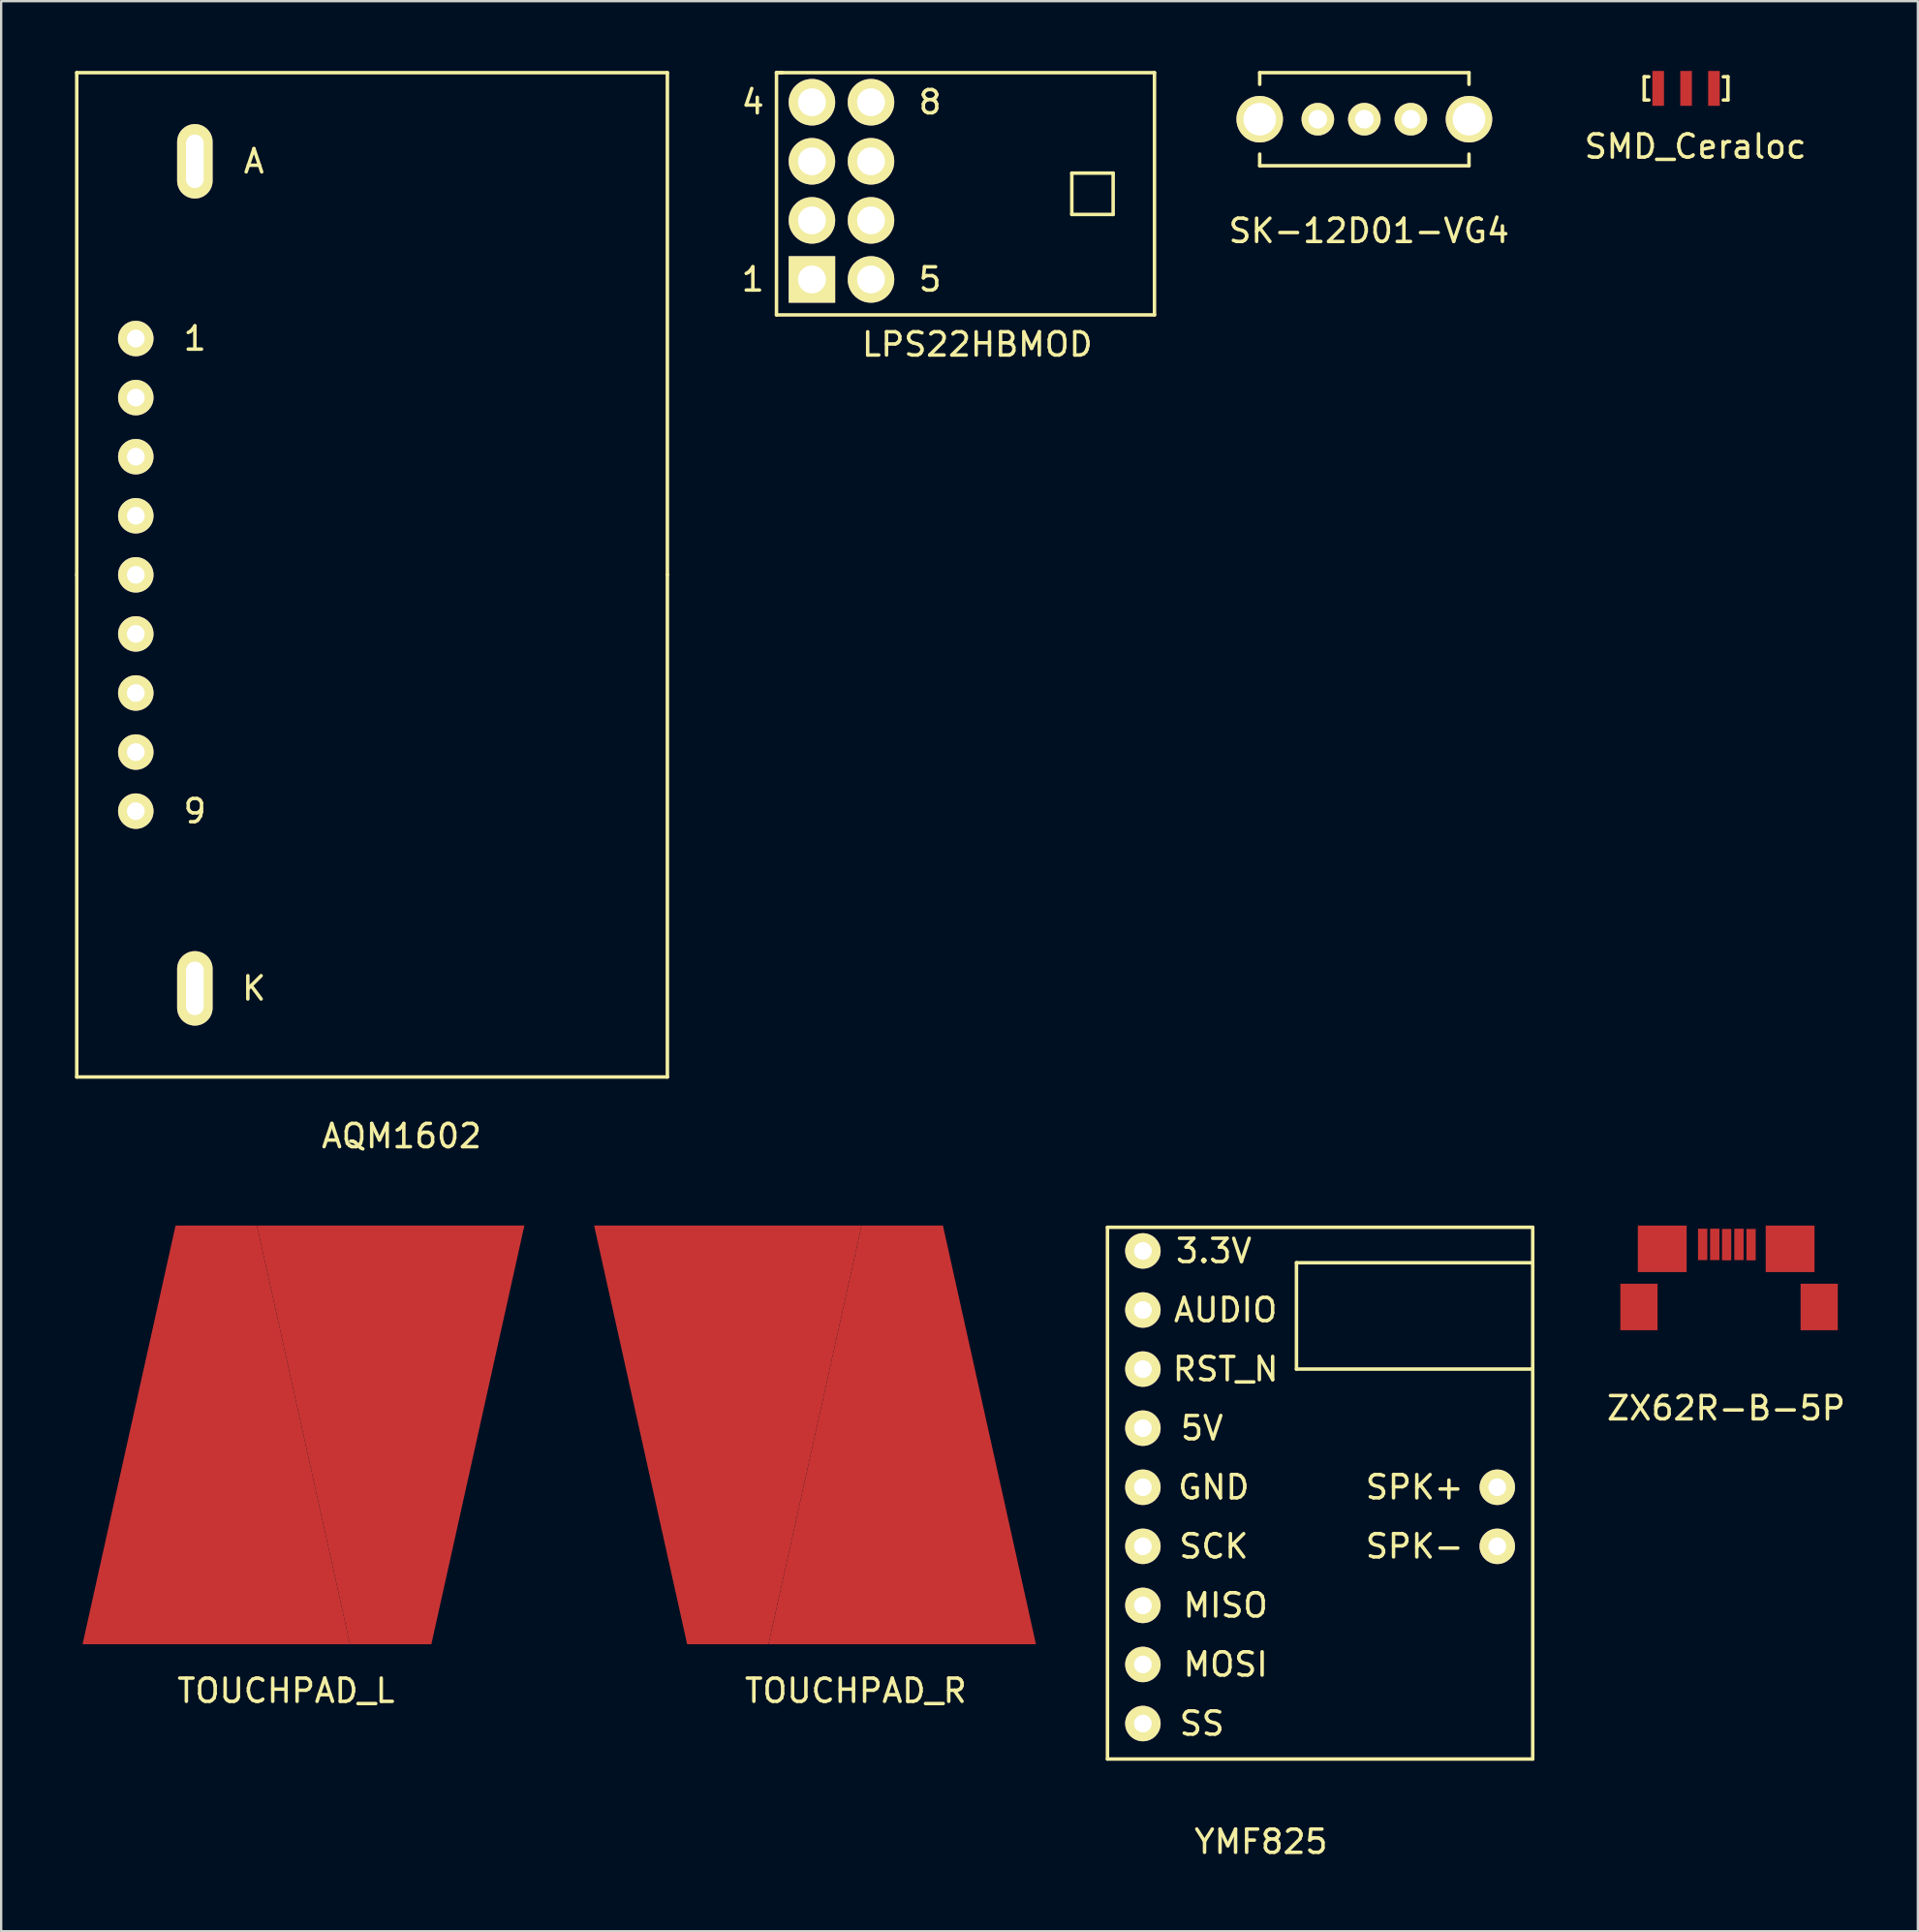
<source format=kicad_pcb>
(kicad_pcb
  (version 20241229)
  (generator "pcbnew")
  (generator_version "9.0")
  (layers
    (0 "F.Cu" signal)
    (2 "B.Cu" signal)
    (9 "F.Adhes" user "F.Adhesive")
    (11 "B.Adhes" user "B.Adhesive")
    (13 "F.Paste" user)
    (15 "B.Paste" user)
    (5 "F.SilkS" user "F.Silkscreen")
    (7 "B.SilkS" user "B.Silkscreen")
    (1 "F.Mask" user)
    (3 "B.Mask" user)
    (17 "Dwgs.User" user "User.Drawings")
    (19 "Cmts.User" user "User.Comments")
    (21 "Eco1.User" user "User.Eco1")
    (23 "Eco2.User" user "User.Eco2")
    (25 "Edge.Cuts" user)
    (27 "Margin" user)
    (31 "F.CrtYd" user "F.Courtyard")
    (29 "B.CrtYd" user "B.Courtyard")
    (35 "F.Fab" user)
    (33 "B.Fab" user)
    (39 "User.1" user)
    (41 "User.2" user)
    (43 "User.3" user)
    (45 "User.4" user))
  (footprint "TOUCHPAD_R"
    (layer "F.Cu")
    (at 41.25 67.643)
    (property "Reference" "TOUCHPAD_R" (at -7.5 2 0) (layer "F.SilkS") (effects (font (size 1 1) (thickness 0.15))))
    (attr through_hole)
    (pad "1" smd trapezoid (at -13 -9) (size 7.5 18) (rect_delta 0 -4) (layers "F.Cu" "F.Mask" "F.Paste"))
    (pad "1" smd trapezoid (at -5.5 -9) (size 7.5 18) (rect_delta 0 4) (layers "F.Cu" "F.Mask" "F.Paste")))
  (footprint "YMF825"
    (layer "F.Cu")
    (at 46.099 71.054)
    (property "Reference" "YMF825" (at 5.08 5.08 0) (layer "F.SilkS") (effects (font (size 1 1) (thickness 0.15))))
    (attr through_hole)
    (fp_line (start -1.524 -21.336) (end 16.764 -21.336) (stroke (width 0.15) (type solid)) (layer "F.SilkS"))
    (fp_line (start -1.524 1.524) (end -1.524 -21.336) (stroke (width 0.15) (type solid)) (layer "F.SilkS"))
    (fp_line (start 6.604 -19.812) (end 6.604 -15.24) (stroke (width 0.15) (type solid)) (layer "F.SilkS"))
    (fp_line (start 6.604 -15.24) (end 16.764 -15.24) (stroke (width 0.15) (type solid)) (layer "F.SilkS"))
    (fp_line (start 16.764 -21.336) (end 16.764 1.524) (stroke (width 0.15) (type solid)) (layer "F.SilkS"))
    (fp_line (start 16.764 -19.812) (end 6.604 -19.812) (stroke (width 0.15) (type solid)) (layer "F.SilkS"))
    (fp_line (start 16.764 1.524) (end -1.524 1.524) (stroke (width 0.15) (type solid)) (layer "F.SilkS"))
    (fp_text user "SS" (at 2.54 0 0) (layer "F.SilkS") (effects (font (size 1 1) (thickness 0.15))))
    (fp_text user "MOSI" (at 3.556 -2.54 0) (layer "F.SilkS") (effects (font (size 1 1) (thickness 0.15))))
    (fp_text user "SPK+" (at 11.684 -10.16 0) (layer "F.SilkS") (effects (font (size 1 1) (thickness 0.15))))
    (fp_text user "SCK" (at 3.048 -7.62 0) (layer "F.SilkS") (effects (font (size 1 1) (thickness 0.15))))
    (fp_text user "SPK-" (at 11.684 -7.62 0) (layer "F.SilkS") (effects (font (size 1 1) (thickness 0.15))))
    (fp_text user "RST_N" (at 3.556 -15.24 0) (layer "F.SilkS") (effects (font (size 1 1) (thickness 0.15))))
    (fp_text user "GND" (at 3.048 -10.16 0) (layer "F.SilkS") (effects (font (size 1 1) (thickness 0.15))))
    (fp_text user "3.3V" (at 3.048 -20.32 0) (layer "F.SilkS") (effects (font (size 1 1) (thickness 0.15))))
    (fp_text user "5V" (at 2.54 -12.7 0) (layer "F.SilkS") (effects (font (size 1 1) (thickness 0.15))))
    (fp_text user "MISO" (at 3.556 -5.08 0) (layer "F.SilkS") (effects (font (size 1 1) (thickness 0.15))))
    (fp_text user "AUDIO" (at 3.556 -17.78 0) (layer "F.SilkS") (effects (font (size 1 1) (thickness 0.15))))
    (pad "1" thru_hole circle (at 0 0) (size 1.524 1.524) (drill 0.762) (layers "*.Cu" "*.Mask" "F.SilkS"))
    (pad "2" thru_hole circle (at 0 -2.54) (size 1.524 1.524) (drill 0.762) (layers "*.Cu" "*.Mask" "F.SilkS"))
    (pad "3" thru_hole circle (at 0 -5.08) (size 1.524 1.524) (drill 0.762) (layers "*.Cu" "*.Mask" "F.SilkS"))
    (pad "4" thru_hole circle (at 0 -7.62) (size 1.524 1.524) (drill 0.762) (layers "*.Cu" "*.Mask" "F.SilkS"))
    (pad "5" thru_hole circle (at 0 -10.16) (size 1.524 1.524) (drill 0.762) (layers "*.Cu" "*.Mask" "F.SilkS"))
    (pad "6" thru_hole circle (at 0 -12.7) (size 1.524 1.524) (drill 0.762) (layers "*.Cu" "*.Mask" "F.SilkS"))
    (pad "7" thru_hole circle (at 0 -15.24) (size 1.524 1.524) (drill 0.762) (layers "*.Cu" "*.Mask" "F.SilkS"))
    (pad "8" thru_hole circle (at 0 -17.78) (size 1.524 1.524) (drill 0.762) (layers "*.Cu" "*.Mask" "F.SilkS"))
    (pad "9" thru_hole circle (at 0 -20.32) (size 1.524 1.524) (drill 0.762) (layers "*.Cu" "*.Mask" "F.SilkS"))
    (pad "10" thru_hole circle (at 15.24 -10.16) (size 1.524 1.524) (drill 0.762) (layers "*.Cu" "*.Mask" "F.SilkS"))
    (pad "11" thru_hole circle (at 15.24 -7.62) (size 1.524 1.524) (drill 0.762) (layers "*.Cu" "*.Mask" "F.SilkS")))
  (footprint "LPS22HBMOD"
    (layer "F.Cu")
    (at 34.406 3.885)
    (property "Reference" "LPS22HBMOD" (at 4.572 7.874 0) (layer "F.SilkS") (effects (font (size 1 1) (thickness 0.15))))
    (attr through_hole)
    (fp_line (start -4.064 -3.81) (end -4.064 6.604) (stroke (width 0.15) (type solid)) (layer "F.SilkS"))
    (fp_line (start -4.064 6.604) (end 12.192 6.604) (stroke (width 0.15) (type solid)) (layer "F.SilkS"))
    (fp_line (start -3.81 -3.81) (end -4.064 -3.81) (stroke (width 0.15) (type solid)) (layer "F.SilkS"))
    (fp_line (start 8.636 0.508) (end 8.636 2.286) (stroke (width 0.15) (type solid)) (layer "F.SilkS"))
    (fp_line (start 8.636 2.286) (end 10.414 2.286) (stroke (width 0.15) (type solid)) (layer "F.SilkS"))
    (fp_line (start 10.414 0.508) (end 8.636 0.508) (stroke (width 0.15) (type solid)) (layer "F.SilkS"))
    (fp_line (start 10.414 2.286) (end 10.414 0.508) (stroke (width 0.15) (type solid)) (layer "F.SilkS"))
    (fp_line (start 12.192 -3.81) (end -4.064 -3.81) (stroke (width 0.15) (type solid)) (layer "F.SilkS"))
    (fp_line (start 12.192 6.604) (end 12.192 -3.81) (stroke (width 0.15) (type solid)) (layer "F.SilkS"))
    (fp_text user "1" (at -5.08 5.08 0) (layer "F.SilkS") (effects (font (size 1 1) (thickness 0.15))))
    (fp_text user "5" (at 2.54 5.08 0) (layer "F.SilkS") (effects (font (size 1 1) (thickness 0.15))))
    (fp_text user "4" (at -5.08 -2.54 0) (layer "F.SilkS") (effects (font (size 1 1) (thickness 0.15))))
    (fp_text user "8" (at 2.54 -2.54 0) (layer "F.SilkS") (effects (font (size 1 1) (thickness 0.15))))
    (pad "1" thru_hole rect (at -2.54 5.08) (size 2 2) (drill 1.2) (layers "*.Cu" "*.Mask" "F.SilkS"))
    (pad "2" thru_hole circle (at -2.54 2.54) (size 2 2) (drill 1.2) (layers "*.Cu" "*.Mask" "F.SilkS"))
    (pad "3" thru_hole circle (at -2.54 0) (size 2 2) (drill 1.2) (layers "*.Cu" "*.Mask" "F.SilkS"))
    (pad "4" thru_hole circle (at -2.54 -2.54) (size 2 2) (drill 1.2) (layers "*.Cu" "*.Mask" "F.SilkS"))
    (pad "5" thru_hole circle (at 0 5.08) (size 2 2) (drill 1.2) (layers "*.Cu" "*.Mask" "F.SilkS"))
    (pad "6" thru_hole circle (at 0 2.54) (size 2 2) (drill 1.2) (layers "*.Cu" "*.Mask" "F.SilkS"))
    (pad "7" thru_hole circle (at 0 0) (size 2 2) (drill 1.2) (layers "*.Cu" "*.Mask" "F.SilkS"))
    (pad "8" thru_hole circle (at 0 -2.54) (size 2 2) (drill 1.2) (layers "*.Cu" "*.Mask" "F.SilkS")))
  (footprint "AQM1602"
    (layer "F.Cu")
    (at 0.25 21.665)
    (property "Reference" "AQM1602" (at 13.97 24.13 0) (layer "F.SilkS") (effects (font (size 1 1) (thickness 0.15))))
    (attr through_hole)
    (fp_line (start 0 0) (end 0 -21.59) (stroke (width 0.15) (type solid)) (layer "F.SilkS"))
    (fp_line (start 0 0) (end 0 21.59) (stroke (width 0.15) (type solid)) (layer "F.SilkS"))
    (fp_line (start 25.4 -21.59) (end 0 -21.59) (stroke (width 0.15) (type solid)) (layer "F.SilkS"))
    (fp_line (start 25.4 0) (end 25.4 -21.59) (stroke (width 0.15) (type solid)) (layer "F.SilkS"))
    (fp_line (start 25.4 0) (end 25.4 21.59) (stroke (width 0.15) (type solid)) (layer "F.SilkS"))
    (fp_line (start 25.4 21.59) (end 0 21.59) (stroke (width 0.15) (type solid)) (layer "F.SilkS"))
    (fp_text user "9" (at 5.08 10.16 0) (layer "F.SilkS") (effects (font (size 1 1) (thickness 0.15))))
    (fp_text user "K" (at 7.62 17.78 0) (layer "F.SilkS") (effects (font (size 1 1) (thickness 0.15))))
    (fp_text user "1" (at 5.08 -10.16 0) (layer "F.SilkS") (effects (font (size 1 1) (thickness 0.15))))
    (fp_text user "A" (at 7.62 -17.78 180) (layer "F.SilkS") (effects (font (size 1 1) (thickness 0.15))))
    (pad "1" thru_hole circle (at 2.54 -10.16) (size 1.524 1.524) (drill 0.762) (layers "*.Cu" "*.Mask" "F.SilkS"))
    (pad "2" thru_hole circle (at 2.54 -7.62) (size 1.524 1.524) (drill 0.762) (layers "*.Cu" "*.Mask" "F.SilkS"))
    (pad "3" thru_hole circle (at 2.54 -5.08) (size 1.524 1.524) (drill 0.762) (layers "*.Cu" "*.Mask" "F.SilkS"))
    (pad "4" thru_hole circle (at 2.54 -2.54) (size 1.524 1.524) (drill 0.762) (layers "*.Cu" "*.Mask" "F.SilkS"))
    (pad "5" thru_hole circle (at 2.54 0) (size 1.524 1.524) (drill 0.762) (layers "*.Cu" "*.Mask" "F.SilkS"))
    (pad "6" thru_hole circle (at 2.54 2.54) (size 1.524 1.524) (drill 0.762) (layers "*.Cu" "*.Mask" "F.SilkS"))
    (pad "7" thru_hole circle (at 2.54 5.08) (size 1.524 1.524) (drill 0.762) (layers "*.Cu" "*.Mask" "F.SilkS"))
    (pad "8" thru_hole circle (at 2.54 7.62) (size 1.524 1.524) (drill 0.762) (layers "*.Cu" "*.Mask" "F.SilkS"))
    (pad "9" thru_hole circle (at 2.54 10.16) (size 1.524 1.524) (drill 0.762) (layers "*.Cu" "*.Mask" "F.SilkS"))
    (pad "10" thru_hole oval (at 5.08 -17.78) (size 1.524 3.2) (drill oval 0.762 2.3) (layers "*.Cu" "*.Mask" "F.SilkS"))
    (pad "11" thru_hole oval (at 5.08 17.78) (size 1.524 3.2) (drill oval 0.762 2.3) (layers "*.Cu" "*.Mask" "F.SilkS")))
  (footprint "ZX62R-B-5P"
    (layer "F.Cu")
    (at 71.182 50.893)
    (property "Reference" "ZX62R-B-5P" (at 0 6.604 0) (layer "F.SilkS") (effects (font (size 1 1) (thickness 0.15))))
    (attr through_hole)
    (pad "1" smd rect (at 1.07 -0.43) (size 0.4 1.35) (layers "F.Cu" "F.Mask" "F.Paste"))
    (pad "2" smd rect (at 0.55 -0.44) (size 0.4 1.35) (layers "F.Cu" "F.Mask" "F.Paste"))
    (pad "3" smd rect (at 0.02 -0.43) (size 0.4 1.35) (layers "F.Cu" "F.Mask" "F.Paste"))
    (pad "4" smd rect (at -0.49 -0.44) (size 0.4 1.35) (layers "F.Cu" "F.Mask" "F.Paste"))
    (pad "5" smd rect (at -1.01 -0.44) (size 0.4 1.35) (layers "F.Cu" "F.Mask" "F.Paste"))
    (pad "6" smd rect (at -3.75 2.25) (size 1.6 2) (layers "F.Cu" "F.Mask" "F.Paste"))
    (pad "6" smd rect (at -2.75 -0.25) (size 2.1 2) (layers "F.Cu" "F.Mask" "F.Paste"))
    (pad "6" smd rect (at 2.75 -0.25) (size 2.1 2) (layers "F.Cu" "F.Mask" "F.Paste"))
    (pad "6" smd rect (at 4 2.25) (size 1.6 2) (layers "F.Cu" "F.Mask" "F.Paste")))
  (footprint "SK-12D01-VG4"
    (layer "F.Cu")
    (at 55.622 2.075)
    (property "Reference" "SK-12D01-VG4" (at 0.2 4.8 0) (layer "F.SilkS") (effects (font (size 1 1) (thickness 0.15))))
    (attr through_hole)
    (fp_line (start -4.5 -2) (end 4.5 -2) (stroke (width 0.15) (type solid)) (layer "F.SilkS"))
    (fp_line (start -4.5 -1.5) (end -4.5 -2) (stroke (width 0.15) (type solid)) (layer "F.SilkS"))
    (fp_line (start -4.5 1.5) (end -4.5 2) (stroke (width 0.15) (type solid)) (layer "F.SilkS"))
    (fp_line (start -4.5 2) (end 4.5 2) (stroke (width 0.15) (type solid)) (layer "F.SilkS"))
    (fp_line (start 4.5 -2) (end 4.5 -1.5) (stroke (width 0.15) (type solid)) (layer "F.SilkS"))
    (fp_line (start 4.5 2) (end 4.5 1.5) (stroke (width 0.15) (type solid)) (layer "F.SilkS"))
    (pad "1" thru_hole circle (at -2 0) (size 1.4 1.4) (drill 0.8) (layers "*.Cu" "*.Mask" "F.SilkS"))
    (pad "2" thru_hole circle (at 0 0) (size 1.4 1.4) (drill 0.8) (layers "*.Cu" "*.Mask" "F.SilkS"))
    (pad "3" thru_hole circle (at 2 0) (size 1.4 1.4) (drill 0.8) (layers "*.Cu" "*.Mask" "F.SilkS"))
    (pad "~" thru_hole circle (at -4.5 0) (size 2 2) (drill 1.4) (layers "*.Cu" "*.Mask" "F.SilkS"))
    (pad "~" thru_hole circle (at 4.5 0) (size 2 2) (drill 1.4) (layers "*.Cu" "*.Mask" "F.SilkS")))
  (footprint "SMD_Ceraloc"
    (layer "F.Cu")
    (at 68.258 0.85)
    (property "Reference" "SMD_Ceraloc" (at 1.6 2.4 0) (layer "F.SilkS") (effects (font (size 1 1) (thickness 0.15))))
    (attr through_hole)
    (fp_line (start -0.6 -0.6) (end -0.6 0.4) (stroke (width 0.15) (type solid)) (layer "F.SilkS"))
    (fp_line (start -0.6 0.4) (end -0.4 0.4) (stroke (width 0.15) (type solid)) (layer "F.SilkS"))
    (fp_line (start -0.4 -0.6) (end -0.6 -0.6) (stroke (width 0.15) (type solid)) (layer "F.SilkS"))
    (fp_line (start 2.8 -0.6) (end 3 -0.6) (stroke (width 0.15) (type solid)) (layer "F.SilkS"))
    (fp_line (start 3 -0.6) (end 3 0.4) (stroke (width 0.15) (type solid)) (layer "F.SilkS"))
    (fp_line (start 3 0.4) (end 2.8 0.4) (stroke (width 0.15) (type solid)) (layer "F.SilkS"))
    (pad "1" smd rect (at 0 -0.1) (size 0.5 1.5) (layers "F.Cu" "F.Mask" "F.Paste"))
    (pad "2" smd rect (at 1.2 -0.1) (size 0.5 1.5) (layers "F.Cu" "F.Mask" "F.Paste"))
    (pad "3" smd rect (at 2.4 -0.1) (size 0.5 1.5) (layers "F.Cu" "F.Mask" "F.Paste")))
  (footprint "TOUCHPAD_L"
    (layer "F.Cu")
    (at 0.25 67.643)
    (property "Reference" "TOUCHPAD_L" (at 9 2 0) (layer "F.SilkS") (effects (font (size 1 1) (thickness 0.15))))
    (attr through_hole)
    (pad "1" smd trapezoid (at 6 -9) (size 7.5 18) (rect_delta 0 4) (layers "F.Cu" "F.Mask" "F.Paste"))
    (pad "1" smd trapezoid (at 13.5 -9) (size 7.5 18) (rect_delta 0 -4) (layers "F.Cu" "F.Mask" "F.Paste")))
  (gr_rect
    (start -3 -3)
    (end 79.426 79.983)
    (stroke (width 0.1) (type default))
    (fill no)
    (layer "Edge.Cuts")))
</source>
